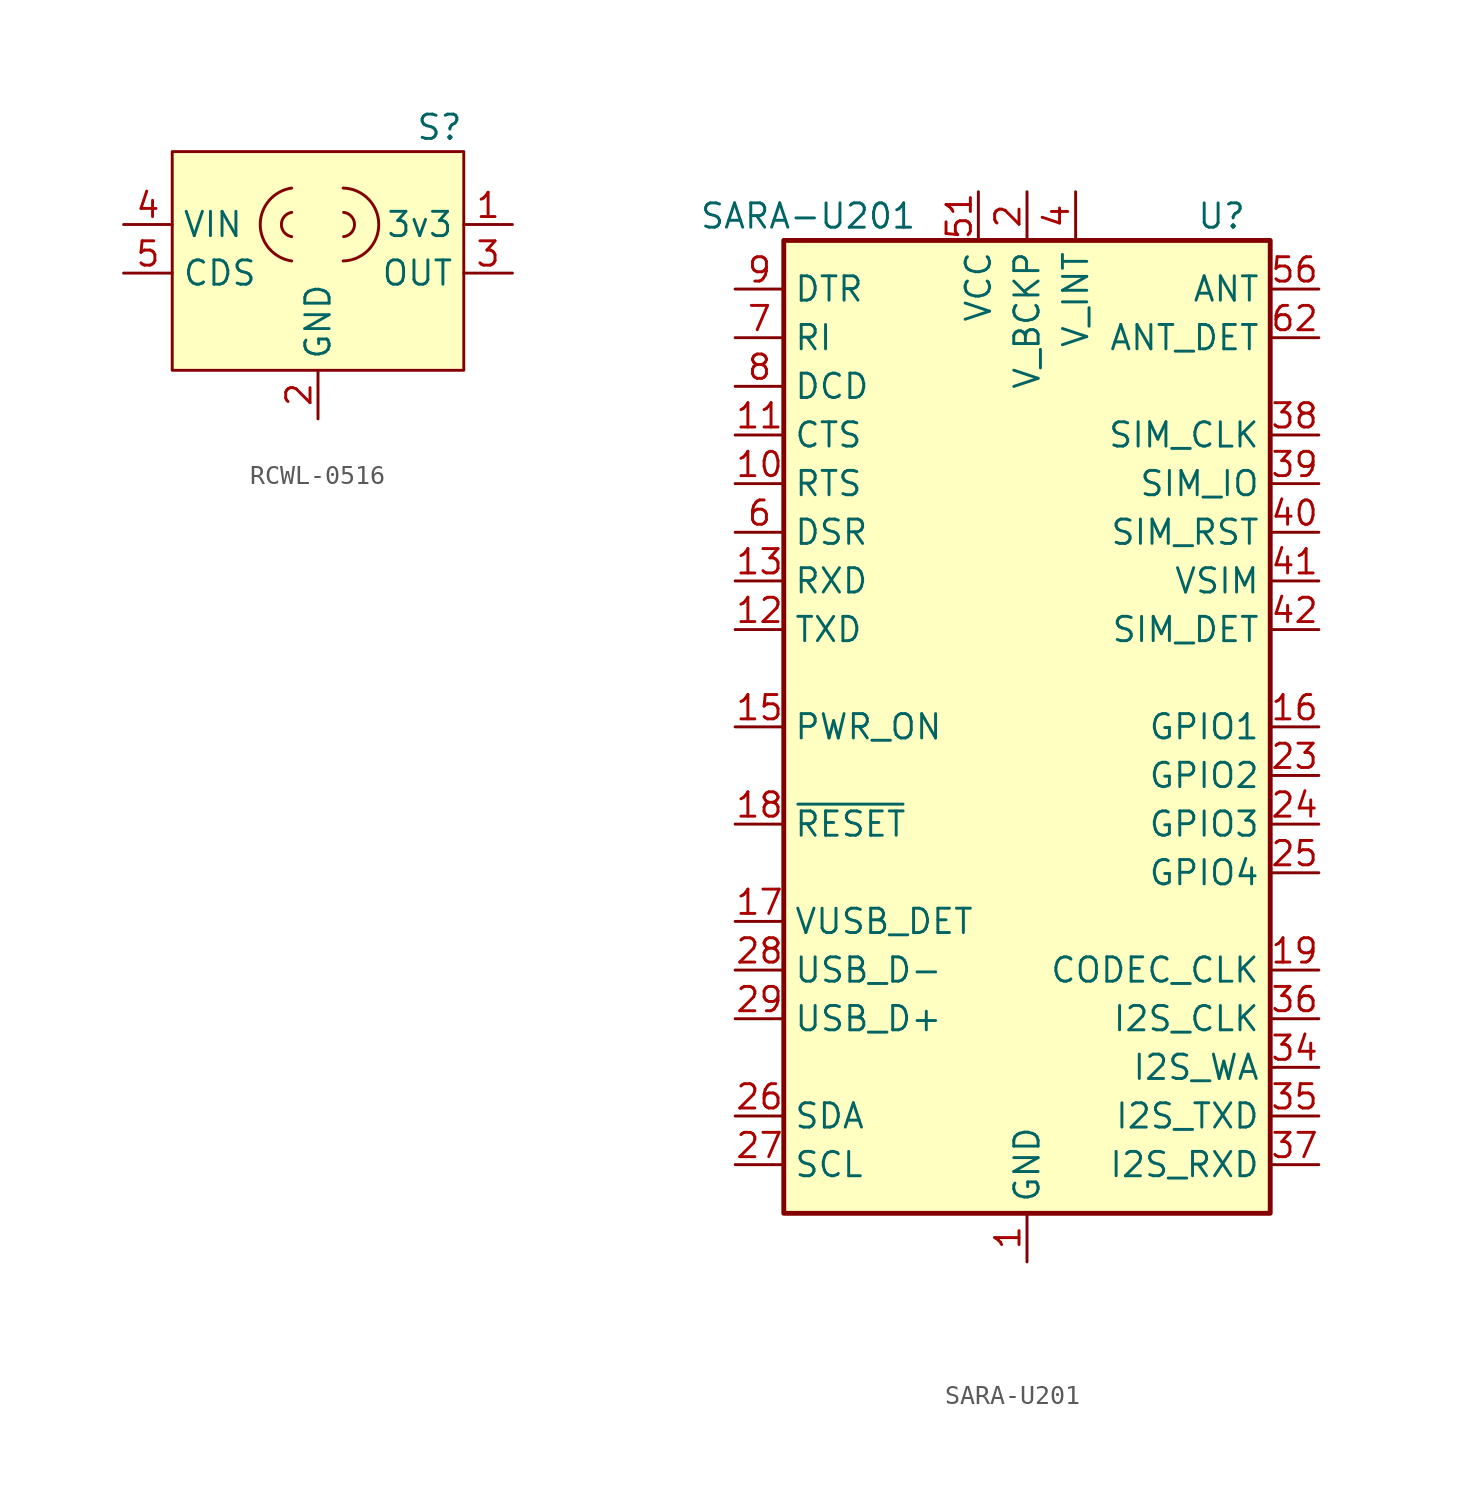
<source format=kicad_sym>
(kicad_symbol_lib
  (version 20220914)
  (generator kicad_symbol_editor)
  (symbol "RCWL-0516"
    (property "Reference" "S"
      (at 6.35 6.35 0)
      (effects (font (size 1.27 1.27))))
    (property "Value" ""
      (at -5.08 2.54 0)
      (effects (font (size 1.27 1.27))))
    (symbol "RCWL-0516_1_1"
      (rectangle (start -7.62 5.08) (end 7.62 -6.35) (stroke (width 0) (type default)) (fill (type background)))
      (arc (start -1.3755 1.905) (mid -1.9137 1.27) (end -1.3755 0.635) (stroke (width 0) (type default)) (fill (type none)))
      (arc (start -1.3755 3.175) (mid -3.0196 1.27) (end -1.3755 -0.635) (stroke (width 0) (type default)) (fill (type none)))
      (arc (start 1.3136 -0.635) (mid 3.1755 1.27) (end 1.3136 3.175) (stroke (width 0) (type default)) (fill (type none)))
      (arc (start 1.3386 0.635) (mid 1.9087 1.27) (end 1.3386 1.905) (stroke (width 0) (type default)) (fill (type none)))
      (pin output line (at 10.16 1.27 180) (length 2.54) (name "3v3" (effects (font (size 1.27 1.27)))) (number "1" (effects (font (size 1.27 1.27)))))
      (pin input line (at 0 -8.89 90) (length 2.54) (name "GND" (effects (font (size 1.27 1.27)))) (number "2" (effects (font (size 1.27 1.27)))))
      (pin output line (at 10.16 -1.27 180) (length 2.54) (name "OUT" (effects (font (size 1.27 1.27)))) (number "3" (effects (font (size 1.27 1.27)))))
      (pin input line (at -10.16 1.27 0) (length 2.54) (name "VIN" (effects (font (size 1.27 1.27)))) (number "4" (effects (font (size 1.27 1.27)))))
      (pin input line (at -10.16 -1.27 0) (length 2.54) (name "CDS" (effects (font (size 1.27 1.27)))) (number "5" (effects (font (size 1.27 1.27)))))))
  (symbol "SARA-U201"
    (property "Reference" "U"
      (at 10.16 26.67 0)
      (effects (font (size 1.27 1.27))))
    (property "Value" "SARA-U201"
      (at -11.43 26.67 0)
      (effects (font (size 1.27 1.27))))
    (symbol "SARA-U201_0_1"
      (rectangle (start -12.7 25.4) (end 12.7 -25.4) (stroke (width 0.254) (type solid)) (fill (type background))))
    (symbol "SARA-U201_1_1"
      (pin power_in line (at 0 -27.94 90) (length 2.54) (name "GND" (effects (font (size 1.27 1.27)))) (number "1" (effects (font (size 1.27 1.27)))))
      (pin input line (at -15.24 12.7 0) (length 2.54) (name "RTS" (effects (font (size 1.27 1.27)))) (number "10" (effects (font (size 1.27 1.27)))))
      (pin output line (at -15.24 15.24 0) (length 2.54) (name "CTS" (effects (font (size 1.27 1.27)))) (number "11" (effects (font (size 1.27 1.27)))))
      (pin input line (at -15.24 5.08 0) (length 2.54) (name "TXD" (effects (font (size 1.27 1.27)))) (number "12" (effects (font (size 1.27 1.27)))))
      (pin output line (at -15.24 7.62 0) (length 2.54) (name "RXD" (effects (font (size 1.27 1.27)))) (number "13" (effects (font (size 1.27 1.27)))))
      (pin passive line (at 0 -27.94 90) (length 2.54) hide (name "GND" (effects (font (size 1.27 1.27)))) (number "14" (effects (font (size 1.27 1.27)))))
      (pin input line (at -15.24 0 0) (length 2.54) (name "PWR_ON" (effects (font (size 1.27 1.27)))) (number "15" (effects (font (size 1.27 1.27)))))
      (pin bidirectional line (at 15.24 0 180) (length 2.54) (name "GPIO1" (effects (font (size 1.27 1.27)))) (number "16" (effects (font (size 1.27 1.27)))))
      (pin input line (at -15.24 -10.16 0) (length 2.54) (name "VUSB_DET" (effects (font (size 1.27 1.27)))) (number "17" (effects (font (size 1.27 1.27)))))
      (pin input line (at -15.24 -5.08 0) (length 2.54) (name "~{RESET}" (effects (font (size 1.27 1.27)))) (number "18" (effects (font (size 1.27 1.27)))))
      (pin output line (at 15.24 -12.7 180) (length 2.54) (name "CODEC_CLK" (effects (font (size 1.27 1.27)))) (number "19" (effects (font (size 1.27 1.27)))))
      (pin power_out line (at 0 27.94 270) (length 2.54) (name "V_BCKP" (effects (font (size 1.27 1.27)))) (number "2" (effects (font (size 1.27 1.27)))))
      (pin passive line (at 0 -27.94 90) (length 2.54) hide (name "GND" (effects (font (size 1.27 1.27)))) (number "20" (effects (font (size 1.27 1.27)))))
      (pin passive line (at 0 -27.94 90) (length 2.54) hide (name "GND" (effects (font (size 1.27 1.27)))) (number "21" (effects (font (size 1.27 1.27)))))
      (pin passive line (at 0 -27.94 90) (length 2.54) hide (name "GND" (effects (font (size 1.27 1.27)))) (number "22" (effects (font (size 1.27 1.27)))))
      (pin bidirectional line (at 15.24 -2.54 180) (length 2.54) (name "GPIO2" (effects (font (size 1.27 1.27)))) (number "23" (effects (font (size 1.27 1.27)))))
      (pin bidirectional line (at 15.24 -5.08 180) (length 2.54) (name "GPIO3" (effects (font (size 1.27 1.27)))) (number "24" (effects (font (size 1.27 1.27)))))
      (pin bidirectional line (at 15.24 -7.62 180) (length 2.54) (name "GPIO4" (effects (font (size 1.27 1.27)))) (number "25" (effects (font (size 1.27 1.27)))))
      (pin bidirectional line (at -15.24 -20.32 0) (length 2.54) (name "SDA" (effects (font (size 1.27 1.27)))) (number "26" (effects (font (size 1.27 1.27)))))
      (pin output line (at -15.24 -22.86 0) (length 2.54) (name "SCL" (effects (font (size 1.27 1.27)))) (number "27" (effects (font (size 1.27 1.27)))))
      (pin bidirectional line (at -15.24 -12.7 0) (length 2.54) (name "USB_D-" (effects (font (size 1.27 1.27)))) (number "28" (effects (font (size 1.27 1.27)))))
      (pin bidirectional line (at -15.24 -15.24 0) (length 2.54) (name "USB_D+" (effects (font (size 1.27 1.27)))) (number "29" (effects (font (size 1.27 1.27)))))
      (pin passive line (at 0 -27.94 90) (length 2.54) hide (name "GND" (effects (font (size 1.27 1.27)))) (number "3" (effects (font (size 1.27 1.27)))))
      (pin passive line (at 0 -27.94 90) (length 2.54) hide (name "GND" (effects (font (size 1.27 1.27)))) (number "30" (effects (font (size 1.27 1.27)))))
      (pin no_connect line (at -12.7 2.54 0) (length 2.54) hide (name "RSVD" (effects (font (size 1.27 1.27)))) (number "31" (effects (font (size 1.27 1.27)))))
      (pin passive line (at 0 -27.94 90) (length 2.54) hide (name "GND" (effects (font (size 1.27 1.27)))) (number "32" (effects (font (size 1.27 1.27)))))
      (pin no_connect line (at -12.7 -2.54 0) (length 2.54) hide (name "RSVD" (effects (font (size 1.27 1.27)))) (number "33" (effects (font (size 1.27 1.27)))))
      (pin bidirectional line (at 15.24 -17.78 180) (length 2.54) (name "I2S_WA" (effects (font (size 1.27 1.27)))) (number "34" (effects (font (size 1.27 1.27)))))
      (pin output line (at 15.24 -20.32 180) (length 2.54) (name "I2S_TXD" (effects (font (size 1.27 1.27)))) (number "35" (effects (font (size 1.27 1.27)))))
      (pin output line (at 15.24 -15.24 180) (length 2.54) (name "I2S_CLK" (effects (font (size 1.27 1.27)))) (number "36" (effects (font (size 1.27 1.27)))))
      (pin input line (at 15.24 -22.86 180) (length 2.54) (name "I2S_RXD" (effects (font (size 1.27 1.27)))) (number "37" (effects (font (size 1.27 1.27)))))
      (pin output line (at 15.24 15.24 180) (length 2.54) (name "SIM_CLK" (effects (font (size 1.27 1.27)))) (number "38" (effects (font (size 1.27 1.27)))))
      (pin bidirectional line (at 15.24 12.7 180) (length 2.54) (name "SIM_IO" (effects (font (size 1.27 1.27)))) (number "39" (effects (font (size 1.27 1.27)))))
      (pin power_out line (at 2.54 27.94 270) (length 2.54) (name "V_INT" (effects (font (size 1.27 1.27)))) (number "4" (effects (font (size 1.27 1.27)))))
      (pin output line (at 15.24 10.16 180) (length 2.54) (name "SIM_RST" (effects (font (size 1.27 1.27)))) (number "40" (effects (font (size 1.27 1.27)))))
      (pin power_out line (at 15.24 7.62 180) (length 2.54) (name "VSIM" (effects (font (size 1.27 1.27)))) (number "41" (effects (font (size 1.27 1.27)))))
      (pin input line (at 15.24 5.08 180) (length 2.54) (name "SIM_DET" (effects (font (size 1.27 1.27)))) (number "42" (effects (font (size 1.27 1.27)))))
      (pin passive line (at 0 -27.94 90) (length 2.54) hide (name "GND" (effects (font (size 1.27 1.27)))) (number "43" (effects (font (size 1.27 1.27)))))
      (pin no_connect line (at -12.7 -7.62 0) (length 2.54) hide (name "RSVD" (effects (font (size 1.27 1.27)))) (number "44" (effects (font (size 1.27 1.27)))))
      (pin no_connect line (at -12.7 -17.78 0) (length 2.54) hide (name "RSVD" (effects (font (size 1.27 1.27)))) (number "45" (effects (font (size 1.27 1.27)))))
      (pin no_connect line (at -2.54 -25.4 90) (length 2.54) hide (name "RSVD" (effects (font (size 1.27 1.27)))) (number "46" (effects (font (size 1.27 1.27)))))
      (pin no_connect line (at 12.7 -10.16 180) (length 2.54) hide (name "RSVD" (effects (font (size 1.27 1.27)))) (number "47" (effects (font (size 1.27 1.27)))))
      (pin no_connect line (at 12.7 2.54 180) (length 2.54) hide (name "RSVD" (effects (font (size 1.27 1.27)))) (number "48" (effects (font (size 1.27 1.27)))))
      (pin no_connect line (at 12.7 17.78 180) (length 2.54) hide (name "RSVD" (effects (font (size 1.27 1.27)))) (number "49" (effects (font (size 1.27 1.27)))))
      (pin passive line (at 0 -27.94 90) (length 2.54) hide (name "GND" (effects (font (size 1.27 1.27)))) (number "5" (effects (font (size 1.27 1.27)))))
      (pin passive line (at 0 -27.94 90) (length 2.54) hide (name "GND" (effects (font (size 1.27 1.27)))) (number "50" (effects (font (size 1.27 1.27)))))
      (pin power_in line (at -2.54 27.94 270) (length 2.54) (name "VCC" (effects (font (size 1.27 1.27)))) (number "51" (effects (font (size 1.27 1.27)))))
      (pin passive line (at -2.54 27.94 270) (length 2.54) hide (name "VCC" (effects (font (size 1.27 1.27)))) (number "52" (effects (font (size 1.27 1.27)))))
      (pin passive line (at -2.54 27.94 270) (length 2.54) hide (name "VCC" (effects (font (size 1.27 1.27)))) (number "53" (effects (font (size 1.27 1.27)))))
      (pin passive line (at 0 -27.94 90) (length 2.54) hide (name "GND" (effects (font (size 1.27 1.27)))) (number "54" (effects (font (size 1.27 1.27)))))
      (pin passive line (at 0 -27.94 90) (length 2.54) hide (name "GND" (effects (font (size 1.27 1.27)))) (number "55" (effects (font (size 1.27 1.27)))))
      (pin passive line (at 15.24 22.86 180) (length 2.54) (name "ANT" (effects (font (size 1.27 1.27)))) (number "56" (effects (font (size 1.27 1.27)))))
      (pin passive line (at 0 -27.94 90) (length 2.54) hide (name "GND" (effects (font (size 1.27 1.27)))) (number "57" (effects (font (size 1.27 1.27)))))
      (pin passive line (at 0 -27.94 90) (length 2.54) hide (name "GND" (effects (font (size 1.27 1.27)))) (number "58" (effects (font (size 1.27 1.27)))))
      (pin passive line (at 0 -27.94 90) (length 2.54) hide (name "GND" (effects (font (size 1.27 1.27)))) (number "59" (effects (font (size 1.27 1.27)))))
      (pin output line (at -15.24 10.16 0) (length 2.54) (name "DSR" (effects (font (size 1.27 1.27)))) (number "6" (effects (font (size 1.27 1.27)))))
      (pin passive line (at 0 -27.94 90) (length 2.54) hide (name "GND" (effects (font (size 1.27 1.27)))) (number "60" (effects (font (size 1.27 1.27)))))
      (pin passive line (at 0 -27.94 90) (length 2.54) hide (name "GND" (effects (font (size 1.27 1.27)))) (number "61" (effects (font (size 1.27 1.27)))))
      (pin input line (at 15.24 20.32 180) (length 2.54) (name "ANT_DET" (effects (font (size 1.27 1.27)))) (number "62" (effects (font (size 1.27 1.27)))))
      (pin passive line (at 0 -27.94 90) (length 2.54) hide (name "GND" (effects (font (size 1.27 1.27)))) (number "63" (effects (font (size 1.27 1.27)))))
      (pin passive line (at 0 -27.94 90) (length 2.54) hide (name "GND" (effects (font (size 1.27 1.27)))) (number "64" (effects (font (size 1.27 1.27)))))
      (pin passive line (at 0 -27.94 90) (length 2.54) hide (name "GND" (effects (font (size 1.27 1.27)))) (number "65" (effects (font (size 1.27 1.27)))))
      (pin passive line (at 0 -27.94 90) (length 2.54) hide (name "GND" (effects (font (size 1.27 1.27)))) (number "66" (effects (font (size 1.27 1.27)))))
      (pin passive line (at 0 -27.94 90) (length 2.54) hide (name "GND" (effects (font (size 1.27 1.27)))) (number "67" (effects (font (size 1.27 1.27)))))
      (pin passive line (at 0 -27.94 90) (length 2.54) hide (name "GND" (effects (font (size 1.27 1.27)))) (number "68" (effects (font (size 1.27 1.27)))))
      (pin passive line (at 0 -27.94 90) (length 2.54) hide (name "GND" (effects (font (size 1.27 1.27)))) (number "69" (effects (font (size 1.27 1.27)))))
      (pin output line (at -15.24 20.32 0) (length 2.54) (name "RI" (effects (font (size 1.27 1.27)))) (number "7" (effects (font (size 1.27 1.27)))))
      (pin passive line (at 0 -27.94 90) (length 2.54) hide (name "GND" (effects (font (size 1.27 1.27)))) (number "70" (effects (font (size 1.27 1.27)))))
      (pin passive line (at 0 -27.94 90) (length 2.54) hide (name "GND" (effects (font (size 1.27 1.27)))) (number "71" (effects (font (size 1.27 1.27)))))
      (pin passive line (at 0 -27.94 90) (length 2.54) hide (name "GND" (effects (font (size 1.27 1.27)))) (number "72" (effects (font (size 1.27 1.27)))))
      (pin passive line (at 0 -27.94 90) (length 2.54) hide (name "GND" (effects (font (size 1.27 1.27)))) (number "73" (effects (font (size 1.27 1.27)))))
      (pin passive line (at 0 -27.94 90) (length 2.54) hide (name "GND" (effects (font (size 1.27 1.27)))) (number "74" (effects (font (size 1.27 1.27)))))
      (pin passive line (at 0 -27.94 90) (length 2.54) hide (name "GND" (effects (font (size 1.27 1.27)))) (number "75" (effects (font (size 1.27 1.27)))))
      (pin passive line (at 0 -27.94 90) (length 2.54) hide (name "GND" (effects (font (size 1.27 1.27)))) (number "76" (effects (font (size 1.27 1.27)))))
      (pin passive line (at 0 -27.94 90) (length 2.54) hide (name "GND" (effects (font (size 1.27 1.27)))) (number "77" (effects (font (size 1.27 1.27)))))
      (pin passive line (at 0 -27.94 90) (length 2.54) hide (name "GND" (effects (font (size 1.27 1.27)))) (number "78" (effects (font (size 1.27 1.27)))))
      (pin passive line (at 0 -27.94 90) (length 2.54) hide (name "GND" (effects (font (size 1.27 1.27)))) (number "79" (effects (font (size 1.27 1.27)))))
      (pin output line (at -15.24 17.78 0) (length 2.54) (name "DCD" (effects (font (size 1.27 1.27)))) (number "8" (effects (font (size 1.27 1.27)))))
      (pin passive line (at 0 -27.94 90) (length 2.54) hide (name "GND" (effects (font (size 1.27 1.27)))) (number "80" (effects (font (size 1.27 1.27)))))
      (pin passive line (at 0 -27.94 90) (length 2.54) hide (name "GND" (effects (font (size 1.27 1.27)))) (number "81" (effects (font (size 1.27 1.27)))))
      (pin passive line (at 0 -27.94 90) (length 2.54) hide (name "GND" (effects (font (size 1.27 1.27)))) (number "82" (effects (font (size 1.27 1.27)))))
      (pin passive line (at 0 -27.94 90) (length 2.54) hide (name "GND" (effects (font (size 1.27 1.27)))) (number "83" (effects (font (size 1.27 1.27)))))
      (pin passive line (at 0 -27.94 90) (length 2.54) hide (name "GND" (effects (font (size 1.27 1.27)))) (number "84" (effects (font (size 1.27 1.27)))))
      (pin passive line (at 0 -27.94 90) (length 2.54) hide (name "GND" (effects (font (size 1.27 1.27)))) (number "85" (effects (font (size 1.27 1.27)))))
      (pin passive line (at 0 -27.94 90) (length 2.54) hide (name "GND" (effects (font (size 1.27 1.27)))) (number "86" (effects (font (size 1.27 1.27)))))
      (pin passive line (at 0 -27.94 90) (length 2.54) hide (name "GND" (effects (font (size 1.27 1.27)))) (number "87" (effects (font (size 1.27 1.27)))))
      (pin passive line (at 0 -27.94 90) (length 2.54) hide (name "GND" (effects (font (size 1.27 1.27)))) (number "88" (effects (font (size 1.27 1.27)))))
      (pin passive line (at 0 -27.94 90) (length 2.54) hide (name "GND" (effects (font (size 1.27 1.27)))) (number "89" (effects (font (size 1.27 1.27)))))
      (pin input line (at -15.24 22.86 0) (length 2.54) (name "DTR" (effects (font (size 1.27 1.27)))) (number "9" (effects (font (size 1.27 1.27)))))
      (pin passive line (at 0 -27.94 90) (length 2.54) hide (name "GND" (effects (font (size 1.27 1.27)))) (number "90" (effects (font (size 1.27 1.27)))))
      (pin passive line (at 0 -27.94 90) (length 2.54) hide (name "GND" (effects (font (size 1.27 1.27)))) (number "91" (effects (font (size 1.27 1.27)))))
      (pin passive line (at 0 -27.94 90) (length 2.54) hide (name "GND" (effects (font (size 1.27 1.27)))) (number "92" (effects (font (size 1.27 1.27)))))
      (pin passive line (at 0 -27.94 90) (length 2.54) hide (name "GND" (effects (font (size 1.27 1.27)))) (number "93" (effects (font (size 1.27 1.27)))))
      (pin passive line (at 0 -27.94 90) (length 2.54) hide (name "GND" (effects (font (size 1.27 1.27)))) (number "94" (effects (font (size 1.27 1.27)))))
      (pin passive line (at 0 -27.94 90) (length 2.54) hide (name "GND" (effects (font (size 1.27 1.27)))) (number "95" (effects (font (size 1.27 1.27)))))
      (pin passive line (at 0 -27.94 90) (length 2.54) hide (name "GND" (effects (font (size 1.27 1.27)))) (number "96" (effects (font (size 1.27 1.27))))))))
</source>
